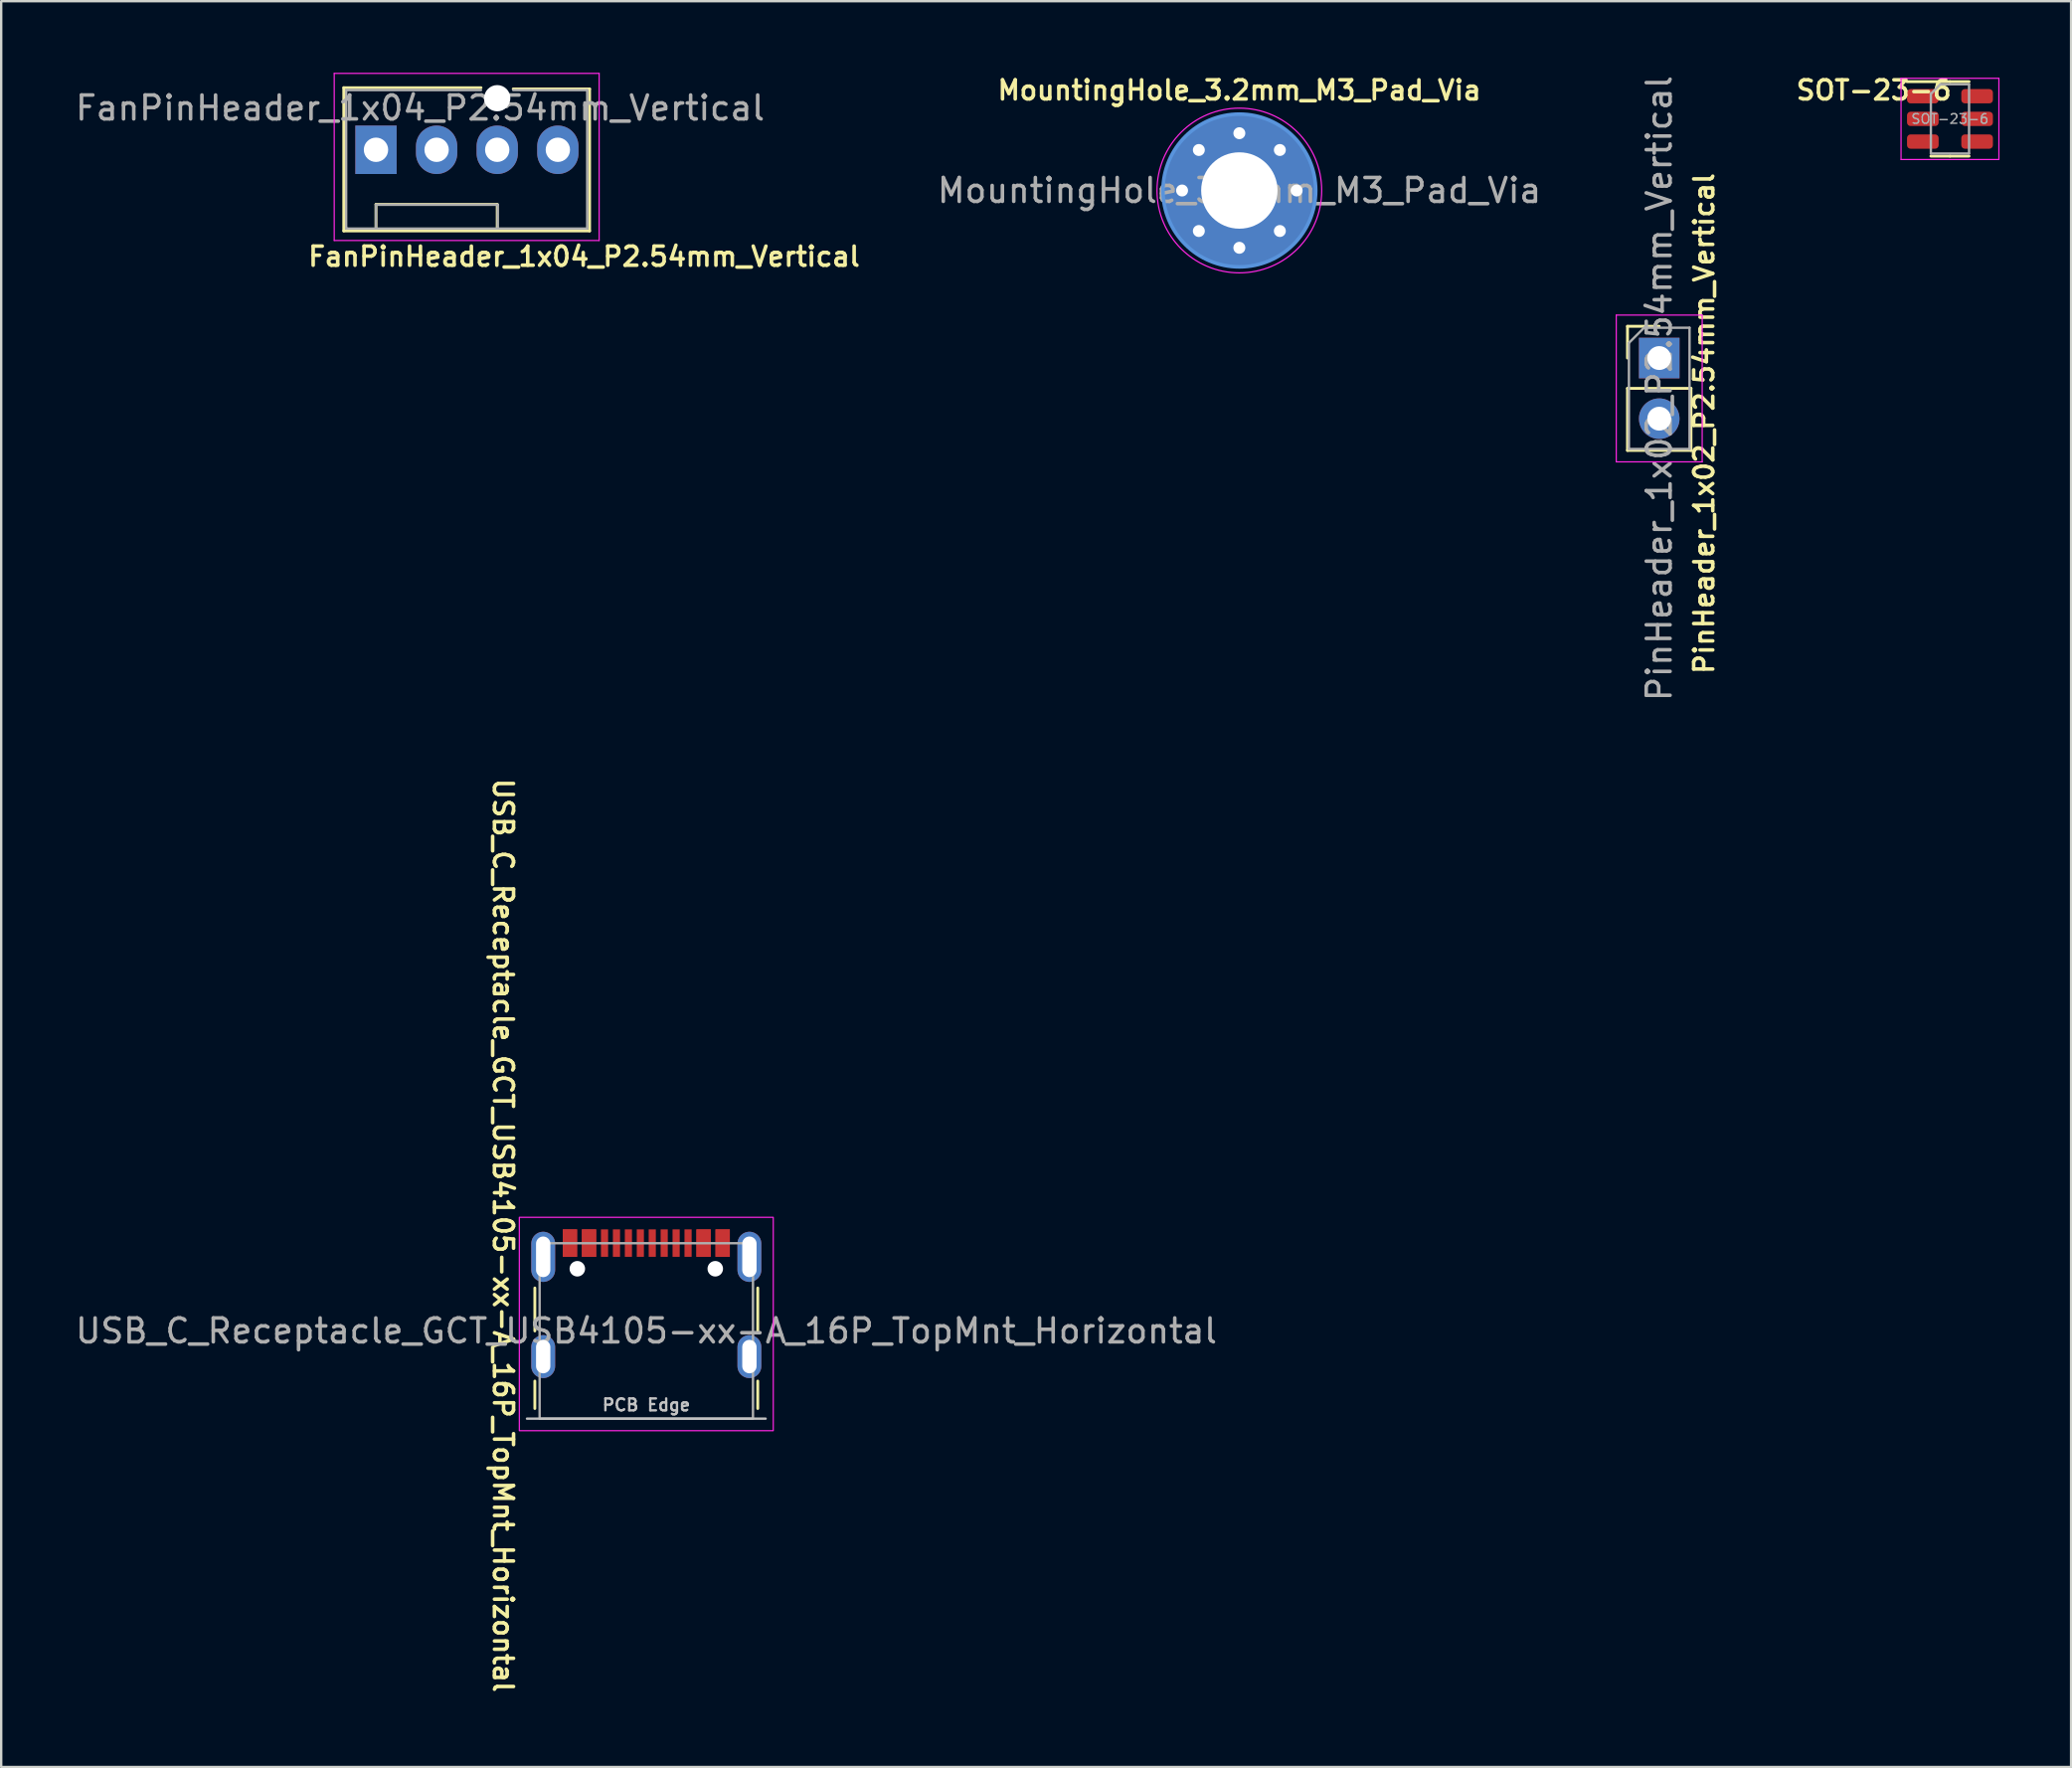
<source format=kicad_pcb>
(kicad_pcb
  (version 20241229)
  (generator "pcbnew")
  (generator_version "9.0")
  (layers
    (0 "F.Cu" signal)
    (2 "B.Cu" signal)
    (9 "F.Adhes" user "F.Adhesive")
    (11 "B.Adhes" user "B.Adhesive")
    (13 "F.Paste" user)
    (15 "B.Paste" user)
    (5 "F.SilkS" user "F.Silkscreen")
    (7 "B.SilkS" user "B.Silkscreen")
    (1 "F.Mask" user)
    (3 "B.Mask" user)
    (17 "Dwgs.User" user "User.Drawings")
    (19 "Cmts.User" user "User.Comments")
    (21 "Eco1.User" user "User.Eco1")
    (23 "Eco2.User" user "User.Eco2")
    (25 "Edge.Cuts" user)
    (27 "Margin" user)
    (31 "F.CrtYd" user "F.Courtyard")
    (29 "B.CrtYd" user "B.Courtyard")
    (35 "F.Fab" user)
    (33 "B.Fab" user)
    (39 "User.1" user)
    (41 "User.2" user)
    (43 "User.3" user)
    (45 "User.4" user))
  (footprint "USB_C_Receptacle_GCT_USB4105-xx-A_16P_TopMnt_Horizontal"
    (layer "F.Cu")
    (at 24.03 52.709)
    (property "Reference" "USB_C_Receptacle_GCT_USB4105-xx-A_16P_TopMnt_Horizontal" (at -6 -4 270) (unlocked yes) (layer "F.SilkS") (effects (font (size 0.8 0.8) (thickness 0.15))))
    (attr smd)
    (fp_line (start -4.67 0) (end -4.67 -1.8) (stroke (width 0.12) (type solid)) (layer "F.SilkS"))
    (fp_line (start -4.67 2.1) (end -4.67 3.25) (stroke (width 0.12) (type solid)) (layer "F.SilkS"))
    (fp_line (start 4.67 0) (end 4.67 -1.8) (stroke (width 0.12) (type solid)) (layer "F.SilkS"))
    (fp_line (start 4.67 2.1) (end 4.67 3.25) (stroke (width 0.12) (type solid)) (layer "F.SilkS"))
    (fp_line (start 5 3.675) (end -5 3.675) (stroke (width 0.1) (type solid)) (layer "Dwgs.User"))
    (fp_rect (start -5.32 -4.76) (end 5.32 4.18) (stroke (width 0.05) (type solid)) (fill no) (layer "F.CrtYd"))
    (fp_rect (start -4.47 -3.675) (end 4.47 3.675) (stroke (width 0.1) (type solid)) (fill no) (layer "F.Fab"))
    (fp_text user "PCB Edge" (at 0 3.1 0) (unlocked yes) (layer "Dwgs.User") (effects (font (size 0.5 0.5) (thickness 0.1))))
    (fp_text user "${REFERENCE}" (at 0 0 0) (unlocked yes) (layer "F.Fab") (effects (font (size 1 1) (thickness 0.15))))
    (pad "" np_thru_hole circle (at -2.89 -2.605) (size 0.65 0.65) (drill 0.65) (layers "*.Cu" "*.Mask"))
    (pad "" np_thru_hole circle (at 2.89 -2.605) (size 0.65 0.65) (drill 0.65) (layers "*.Cu" "*.Mask"))
    (pad "A1" smd rect (at -3.2 -3.68) (size 0.6 1.15) (layers "F.Cu" "F.Mask" "F.Paste"))
    (pad "A4" smd rect (at -2.4 -3.68) (size 0.6 1.15) (layers "F.Cu" "F.Mask" "F.Paste"))
    (pad "A5" smd rect (at -1.25 -3.68) (size 0.3 1.15) (layers "F.Cu" "F.Mask" "F.Paste"))
    (pad "A6" smd rect (at -0.25 -3.68) (size 0.3 1.15) (layers "F.Cu" "F.Mask" "F.Paste"))
    (pad "A7" smd rect (at 0.25 -3.68) (size 0.3 1.15) (layers "F.Cu" "F.Mask" "F.Paste"))
    (pad "A8" smd rect (at 1.25 -3.68) (size 0.3 1.15) (layers "F.Cu" "F.Mask" "F.Paste"))
    (pad "A9" smd rect (at 2.4 -3.68) (size 0.6 1.15) (layers "F.Cu" "F.Mask" "F.Paste"))
    (pad "A12" smd rect (at 3.2 -3.68) (size 0.6 1.15) (layers "F.Cu" "F.Mask" "F.Paste"))
    (pad "B1" smd rect (at 3.2 -3.68) (size 0.6 1.15) (layers "F.Cu" "F.Mask" "F.Paste"))
    (pad "B4" smd rect (at 2.4 -3.68) (size 0.6 1.15) (layers "F.Cu" "F.Mask" "F.Paste"))
    (pad "B5" smd rect (at 1.75 -3.68) (size 0.3 1.15) (layers "F.Cu" "F.Mask" "F.Paste"))
    (pad "B6" smd rect (at 0.75 -3.68) (size 0.3 1.15) (layers "F.Cu" "F.Mask" "F.Paste"))
    (pad "B7" smd rect (at -0.75 -3.68) (size 0.3 1.15) (layers "F.Cu" "F.Mask" "F.Paste"))
    (pad "B8" smd rect (at -1.75 -3.68) (size 0.3 1.15) (layers "F.Cu" "F.Mask" "F.Paste"))
    (pad "B9" smd rect (at -2.4 -3.68) (size 0.6 1.15) (layers "F.Cu" "F.Mask" "F.Paste"))
    (pad "B12" smd rect (at -3.2 -3.68) (size 0.6 1.15) (layers "F.Cu" "F.Mask" "F.Paste"))
    (pad "S1" thru_hole oval (at -4.32 -3.105) (size 1 2.1) (drill oval 0.6 1.7) (layers "*.Cu" "*.Mask" "F.Paste"))
    (pad "S1" thru_hole oval (at -4.32 1.075) (size 1 1.8) (drill oval 0.6 1.4) (layers "*.Cu" "*.Mask" "F.Paste"))
    (pad "S1" thru_hole oval (at 4.32 -3.105) (size 1 2.1) (drill oval 0.6 1.7) (layers "*.Cu" "*.Mask" "F.Paste"))
    (pad "S1" thru_hole oval (at 4.32 1.075) (size 1 1.8) (drill oval 0.6 1.4) (layers "*.Cu" "*.Mask" "F.Paste")))
  (footprint "SOT-23-6"
    (layer "F.Cu")
    (at 78.654 1.931)
    (property "Reference" "SOT-23-6" (at -3.188 -1.2 180) (layer "F.SilkS") (effects (font (size 0.8 0.8) (thickness 0.15))))
    (attr smd)
    (fp_line (start 0 -1.56) (end -1.8 -1.56) (stroke (width 0.12) (type solid)) (layer "F.SilkS"))
    (fp_line (start 0 -1.56) (end 0.8 -1.56) (stroke (width 0.12) (type solid)) (layer "F.SilkS"))
    (fp_line (start 0 1.56) (end -0.8 1.56) (stroke (width 0.12) (type solid)) (layer "F.SilkS"))
    (fp_line (start 0 1.56) (end 0.8 1.56) (stroke (width 0.12) (type solid)) (layer "F.SilkS"))
    (fp_line (start -2.05 -1.7) (end -2.05 1.7) (stroke (width 0.05) (type solid)) (layer "F.CrtYd"))
    (fp_line (start -2.05 1.7) (end 2.05 1.7) (stroke (width 0.05) (type solid)) (layer "F.CrtYd"))
    (fp_line (start 2.05 -1.7) (end -2.05 -1.7) (stroke (width 0.05) (type solid)) (layer "F.CrtYd"))
    (fp_line (start 2.05 1.7) (end 2.05 -1.7) (stroke (width 0.05) (type solid)) (layer "F.CrtYd"))
    (fp_line (start -0.8 -1.05) (end -0.4 -1.45) (stroke (width 0.1) (type solid)) (layer "F.Fab"))
    (fp_line (start -0.8 1.45) (end -0.8 -1.05) (stroke (width 0.1) (type solid)) (layer "F.Fab"))
    (fp_line (start -0.4 -1.45) (end 0.8 -1.45) (stroke (width 0.1) (type solid)) (layer "F.Fab"))
    (fp_line (start 0.8 -1.45) (end 0.8 1.45) (stroke (width 0.1) (type solid)) (layer "F.Fab"))
    (fp_line (start 0.8 1.45) (end -0.8 1.45) (stroke (width 0.1) (type solid)) (layer "F.Fab"))
    (fp_text user "${REFERENCE}" (at 0 0 180) (layer "F.Fab") (effects (font (size 0.4 0.4) (thickness 0.06))))
    (pad "1" smd roundrect (at -1.137 -0.95) (size 1.325 0.6) (layers "F.Cu" "F.Mask" "F.Paste") (roundrect_rratio 0.25))
    (pad "2" smd roundrect (at -1.137 0) (size 1.325 0.6) (layers "F.Cu" "F.Mask" "F.Paste") (roundrect_rratio 0.25))
    (pad "3" smd roundrect (at -1.137 0.95) (size 1.325 0.6) (layers "F.Cu" "F.Mask" "F.Paste") (roundrect_rratio 0.25))
    (pad "4" smd roundrect (at 1.137 0.95) (size 1.325 0.6) (layers "F.Cu" "F.Mask" "F.Paste") (roundrect_rratio 0.25))
    (pad "5" smd roundrect (at 1.137 0) (size 1.325 0.6) (layers "F.Cu" "F.Mask" "F.Paste") (roundrect_rratio 0.25))
    (pad "6" smd roundrect (at 1.137 -0.95) (size 1.325 0.6) (layers "F.Cu" "F.Mask" "F.Paste") (roundrect_rratio 0.25)))
  (footprint "FanPinHeader_1x04_P2.54mm_Vertical"
    (layer "F.Cu")
    (at 12.704 3.225)
    (property "Reference" "FanPinHeader_1x04_P2.54mm_Vertical" (at 8.72 4.473 0) (layer "F.SilkS") (effects (font (size 0.8 0.8) (thickness 0.15))))
    (attr through_hole)
    (fp_line (start -1.35 -2.6) (end 4.4 -2.6) (stroke (width 0.12) (type solid)) (layer "F.SilkS"))
    (fp_line (start -1.35 3.4) (end -1.35 -2.6) (stroke (width 0.12) (type solid)) (layer "F.SilkS"))
    (fp_line (start 0 2.29) (end 5.08 2.29) (stroke (width 0.12) (type solid)) (layer "F.SilkS"))
    (fp_line (start 0 3.3) (end 0 2.29) (stroke (width 0.12) (type solid)) (layer "F.SilkS"))
    (fp_line (start 5.08 2.29) (end 5.08 3.3) (stroke (width 0.12) (type solid)) (layer "F.SilkS"))
    (fp_line (start 5.75 -2.55) (end 8.95 -2.55) (stroke (width 0.12) (type solid)) (layer "F.SilkS"))
    (fp_line (start 8.95 -2.55) (end 8.95 3.4) (stroke (width 0.12) (type solid)) (layer "F.SilkS"))
    (fp_line (start 8.95 3.4) (end -1.35 3.4) (stroke (width 0.12) (type solid)) (layer "F.SilkS"))
    (fp_line (start -1.75 3.8) (end -1.75 -3.2) (stroke (width 0.05) (type solid)) (layer "F.CrtYd"))
    (fp_line (start -1.75 3.8) (end 9.35 3.8) (stroke (width 0.05) (type solid)) (layer "F.CrtYd"))
    (fp_line (start 9.35 -3.2) (end -1.75 -3.2) (stroke (width 0.05) (type solid)) (layer "F.CrtYd"))
    (fp_line (start 9.35 -3.2) (end 9.35 3.8) (stroke (width 0.05) (type solid)) (layer "F.CrtYd"))
    (fp_line (start -1.25 -2.5) (end 4.4 -2.5) (stroke (width 0.1) (type solid)) (layer "F.Fab"))
    (fp_line (start -1.25 3.3) (end -1.25 -2.5) (stroke (width 0.1) (type solid)) (layer "F.Fab"))
    (fp_line (start -1.2 3.3) (end -1.25 3.3) (stroke (width 0.1) (type solid)) (layer "F.Fab"))
    (fp_line (start 0 2.3) (end 0 3.3) (stroke (width 0.1) (type solid)) (layer "F.Fab"))
    (fp_line (start 5.1 2.3) (end 0 2.3) (stroke (width 0.1) (type solid)) (layer "F.Fab"))
    (fp_line (start 5.1 3.3) (end 5.1 2.3) (stroke (width 0.1) (type solid)) (layer "F.Fab"))
    (fp_line (start 5.75 -2.5) (end 8.85 -2.5) (stroke (width 0.1) (type solid)) (layer "F.Fab"))
    (fp_line (start 8.85 -2.5) (end 8.85 3.3) (stroke (width 0.1) (type solid)) (layer "F.Fab"))
    (fp_line (start 8.85 3.3) (end -1.2 3.3) (stroke (width 0.1) (type solid)) (layer "F.Fab"))
    (fp_text user "${REFERENCE}" (at 1.85 -1.75 0) (layer "F.Fab") (effects (font (size 1 1) (thickness 0.15))))
    (pad "" np_thru_hole circle (at 5.08 -2.16 90) (size 1.1 1.1) (drill 1.1) (layers "*.Cu" "*.Mask"))
    (pad "1" thru_hole rect (at 0 0 90) (size 2.03 1.73) (drill 1.02) (layers "*.Cu" "*.Mask"))
    (pad "2" thru_hole oval (at 2.54 0 90) (size 2.03 1.73) (drill 1.02) (layers "*.Cu" "*.Mask"))
    (pad "3" thru_hole oval (at 5.08 0 90) (size 2.03 1.73) (drill 1.02) (layers "*.Cu" "*.Mask"))
    (pad "4" thru_hole oval (at 7.62 0 90) (size 2.03 1.73) (drill 1.02) (layers "*.Cu" "*.Mask")))
  (footprint "PinHeader_1x02_P2.54mm_Vertical"
    (layer "F.Cu")
    (at 66.472 11.95)
    (property "Reference" "PinHeader_1x02_P2.54mm_Vertical" (at 1.88 2.743 90) (layer "F.SilkS") (effects (font (size 0.8 0.8) (thickness 0.15))))
    (attr through_hole)
    (fp_line (start -1.33 -1.33) (end 0 -1.33) (stroke (width 0.12) (type solid)) (layer "F.SilkS"))
    (fp_line (start -1.33 0) (end -1.33 -1.33) (stroke (width 0.12) (type solid)) (layer "F.SilkS"))
    (fp_line (start -1.33 1.27) (end -1.33 3.87) (stroke (width 0.12) (type solid)) (layer "F.SilkS"))
    (fp_line (start -1.33 1.27) (end 1.33 1.27) (stroke (width 0.12) (type solid)) (layer "F.SilkS"))
    (fp_line (start -1.33 3.87) (end 1.33 3.87) (stroke (width 0.12) (type solid)) (layer "F.SilkS"))
    (fp_line (start 1.33 1.27) (end 1.33 3.87) (stroke (width 0.12) (type solid)) (layer "F.SilkS"))
    (fp_line (start -1.8 -1.8) (end -1.8 4.35) (stroke (width 0.05) (type solid)) (layer "F.CrtYd"))
    (fp_line (start -1.8 4.35) (end 1.8 4.35) (stroke (width 0.05) (type solid)) (layer "F.CrtYd"))
    (fp_line (start 1.8 -1.8) (end -1.8 -1.8) (stroke (width 0.05) (type solid)) (layer "F.CrtYd"))
    (fp_line (start 1.8 4.35) (end 1.8 -1.8) (stroke (width 0.05) (type solid)) (layer "F.CrtYd"))
    (fp_line (start -1.27 -0.635) (end -0.635 -1.27) (stroke (width 0.1) (type solid)) (layer "F.Fab"))
    (fp_line (start -1.27 3.81) (end -1.27 -0.635) (stroke (width 0.1) (type solid)) (layer "F.Fab"))
    (fp_line (start -0.635 -1.27) (end 1.27 -1.27) (stroke (width 0.1) (type solid)) (layer "F.Fab"))
    (fp_line (start 1.27 -1.27) (end 1.27 3.81) (stroke (width 0.1) (type solid)) (layer "F.Fab"))
    (fp_line (start 1.27 3.81) (end -1.27 3.81) (stroke (width 0.1) (type solid)) (layer "F.Fab"))
    (fp_text user "${REFERENCE}" (at 0 1.27 270) (layer "F.Fab") (effects (font (size 1 1) (thickness 0.15))))
    (pad "1" thru_hole rect (at 0 0) (size 1.7 1.7) (drill 1) (layers "*.Cu" "*.Mask"))
    (pad "2" thru_hole oval (at 0 2.54) (size 1.7 1.7) (drill 1) (layers "*.Cu" "*.Mask")))
  (footprint "MountingHole_3.2mm_M3_Pad_Via"
    (layer "F.Cu")
    (at 48.879 4.931)
    (property "Reference" "MountingHole_3.2mm_M3_Pad_Via" (at 0 -4.2 0) (layer "F.SilkS") (effects (font (size 0.8 0.8) (thickness 0.15))))
    (attr exclude_from_pos_files exclude_from_bom)
    (fp_circle (center 0 0) (end 3.2 0) (stroke (width 0.15) (type solid)) (fill no) (layer "Cmts.User"))
    (fp_circle (center 0 0) (end 3.45 0) (stroke (width 0.05) (type solid)) (fill no) (layer "F.CrtYd"))
    (fp_text user "${REFERENCE}" (at 0 0 0) (layer "F.Fab") (effects (font (size 1 1) (thickness 0.15))))
    (pad "1" thru_hole circle (at -2.4 0) (size 0.8 0.8) (drill 0.5) (layers "*.Cu" "*.Mask"))
    (pad "1" thru_hole circle (at -1.697 -1.697) (size 0.8 0.8) (drill 0.5) (layers "*.Cu" "*.Mask"))
    (pad "1" thru_hole circle (at -1.697 1.697) (size 0.8 0.8) (drill 0.5) (layers "*.Cu" "*.Mask"))
    (pad "1" thru_hole circle (at 0 -2.4) (size 0.8 0.8) (drill 0.5) (layers "*.Cu" "*.Mask"))
    (pad "1" thru_hole circle (at 0 0) (size 6.4 6.4) (drill 3.2) (layers "*.Cu" "*.Mask"))
    (pad "1" thru_hole circle (at 0 2.4) (size 0.8 0.8) (drill 0.5) (layers "*.Cu" "*.Mask"))
    (pad "1" thru_hole circle (at 1.697 -1.697) (size 0.8 0.8) (drill 0.5) (layers "*.Cu" "*.Mask"))
    (pad "1" thru_hole circle (at 1.697 1.697) (size 0.8 0.8) (drill 0.5) (layers "*.Cu" "*.Mask"))
    (pad "1" thru_hole circle (at 2.4 0) (size 0.8 0.8) (drill 0.5) (layers "*.Cu" "*.Mask")))
  (gr_rect
    (start -3 -3)
    (end 83.729 70.978)
    (stroke (width 0.1) (type default))
    (fill no)
    (layer "Edge.Cuts")))
</source>
